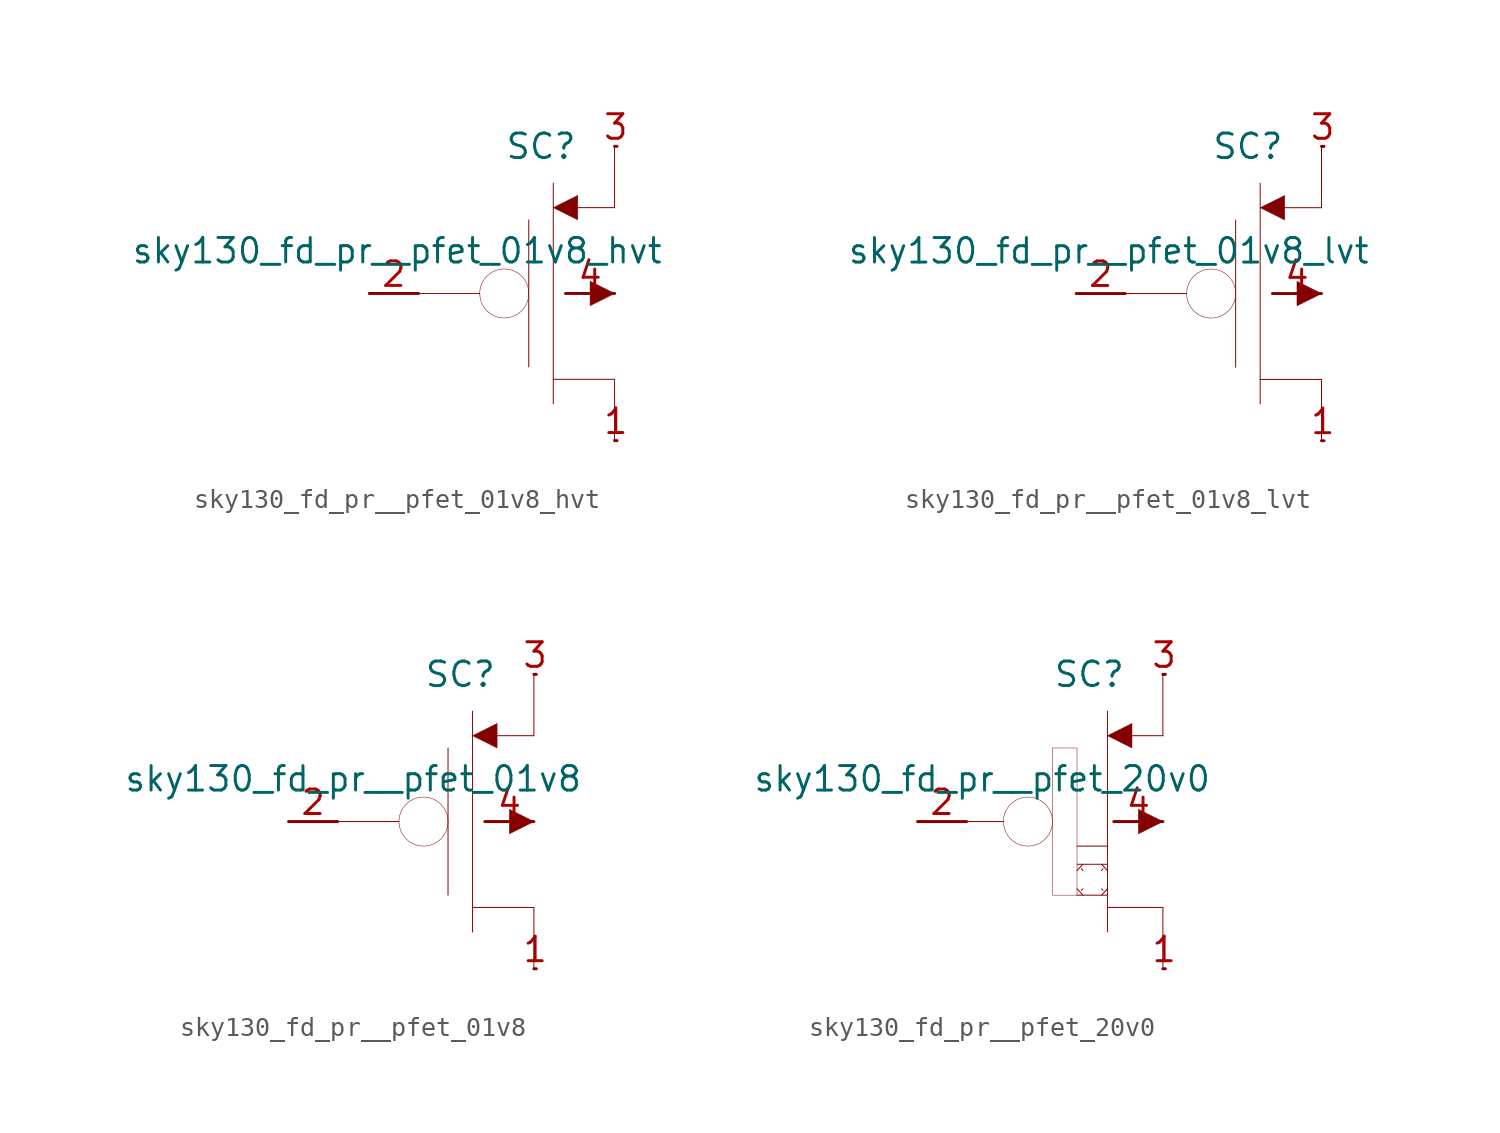
<source format=kicad_sym>
(kicad_symbol_lib
  (version 20211014)
  (generator kicad_symbol_editor)
  (symbol "sky130_fd_pr__pfet_01v8_hvt"
    (pin_names hide)
    (property "Reference" "SC"
      (at 1.27 7.62 0)
      (effects (font (size 1.27 1.27))))
    (property "Value" "sky130_fd_pr__pfet_01v8_hvt"
      (at 7.62 2.21 0)
      (effects (font (size 1.27 1.27)) (justify right)))
    (symbol "sky130_fd_pr__pfet_01v8_hvt_0_0"
      (arc (start -1.905 0) (mid -1.7348 -0.635) (end -1.27 -1.0999) (stroke (width 0.0254) (type default) (color 0 0 0 0)) (fill (type none)))
      (arc (start -1.27 -1.0999) (mid -0.635 -1.27) (end 0 -1.0999) (stroke (width 0.0254) (type default) (color 0 0 0 0)) (fill (type none)))
      (arc (start -1.27 1.0999) (mid -1.7349 0.635) (end -1.905 0) (stroke (width 0.0254) (type default) (color 0 0 0 0)) (fill (type none)))
      (arc (start 0 -1.0999) (mid 0.4649 -0.635) (end 0.635 0) (stroke (width 0.0254) (type default) (color 0 0 0 0)) (fill (type none)))
      (polyline (pts (xy -5.08 0) (xy -1.905 0)) (stroke (width 0.051) (type default) (color 0 0 0 0)) (fill (type none)))
      (polyline (pts (xy 0.635 3.81) (xy 0.635 -3.81)) (stroke (width 0.051) (type default) (color 0 0 0 0)) (fill (type none)))
      (polyline (pts (xy 1.905 -4.445) (xy 5.08 -4.445)) (stroke (width 0.051) (type default) (color 0 0 0 0)) (fill (type none)))
      (polyline (pts (xy 1.905 5.715) (xy 1.905 -5.715)) (stroke (width 0.051) (type default) (color 0 0 0 0)) (fill (type none)))
      (polyline (pts (xy 3.175 4.445) (xy 5.08 4.445)) (stroke (width 0.051) (type default) (color 0 0 0 0)) (fill (type none)))
      (polyline (pts (xy 5.08 -4.445) (xy 5.08 -7.62)) (stroke (width 0.051) (type default) (color 0 0 0 0)) (fill (type none)))
      (polyline (pts (xy 5.08 7.62) (xy 5.08 4.445)) (stroke (width 0.051) (type default) (color 0 0 0 0)) (fill (type none)))
      (polyline (pts (xy 3.175 5.08) (xy 1.905 4.445) (xy 3.175 3.81) (xy 3.175 5.08)) (stroke (width 0.025) (type default) (color 0 0 0 0)) (fill (type outline)))
      (polyline (pts (xy 3.81 0.635) (xy 5.08 0) (xy 3.81 -0.635) (xy 3.81 0.635)) (stroke (width 0.025) (type default) (color 0 0 0 0)) (fill (type outline)))
      (arc (start 0 1.0999) (mid -0.635 1.27) (end -1.27 1.0999) (stroke (width 0.0254) (type default) (color 0 0 0 0)) (fill (type none)))
      (arc (start 0.635 0) (mid 0.4648 0.635) (end 0 1.0999) (stroke (width 0.0254) (type default) (color 0 0 0 0)) (fill (type none))))
    (symbol "sky130_fd_pr__pfet_01v8_hvt_1_1"
      (pin bidirectional line (at 5.08 -7.62 0) (length 0.127) (name "D" (effects (font (size 1.092 1.092)))) (number "1" (effects (font (size 1.27 1.27)))))
      (pin input line (at -7.62 0 0) (length 2.54) (name "G" (effects (font (size 1.092 1.092)))) (number "2" (effects (font (size 1.27 1.27)))))
      (pin bidirectional line (at 5.08 7.62 0) (length 0.127) (name "S" (effects (font (size 1.092 1.092)))) (number "3" (effects (font (size 1.27 1.27)))))
      (pin input line (at 2.54 0 0) (length 2.54) (name "B" (effects (font (size 1.092 1.092)))) (number "4" (effects (font (size 1.27 1.27)))))))
  (symbol "sky130_fd_pr__pfet_01v8_lvt"
    (pin_names hide)
    (property "Reference" "SC"
      (at 1.27 7.62 0)
      (effects (font (size 1.27 1.27))))
    (property "Value" "sky130_fd_pr__pfet_01v8_lvt"
      (at 7.62 2.21 0)
      (effects (font (size 1.27 1.27)) (justify right)))
    (symbol "sky130_fd_pr__pfet_01v8_lvt_0_0"
      (arc (start -1.905 0) (mid -1.7348 -0.635) (end -1.27 -1.0999) (stroke (width 0.0254) (type default) (color 0 0 0 0)) (fill (type none)))
      (arc (start -1.27 -1.0999) (mid -0.635 -1.27) (end 0 -1.0999) (stroke (width 0.0254) (type default) (color 0 0 0 0)) (fill (type none)))
      (arc (start -1.27 1.0999) (mid -1.7349 0.635) (end -1.905 0) (stroke (width 0.0254) (type default) (color 0 0 0 0)) (fill (type none)))
      (arc (start 0 -1.0999) (mid 0.4649 -0.635) (end 0.635 0) (stroke (width 0.0254) (type default) (color 0 0 0 0)) (fill (type none)))
      (polyline (pts (xy -5.08 0) (xy -1.905 0)) (stroke (width 0.051) (type default) (color 0 0 0 0)) (fill (type none)))
      (polyline (pts (xy 0.635 3.81) (xy 0.635 -3.81)) (stroke (width 0.051) (type default) (color 0 0 0 0)) (fill (type none)))
      (polyline (pts (xy 1.905 -4.445) (xy 5.08 -4.445)) (stroke (width 0.051) (type default) (color 0 0 0 0)) (fill (type none)))
      (polyline (pts (xy 1.905 5.715) (xy 1.905 -5.715)) (stroke (width 0.051) (type default) (color 0 0 0 0)) (fill (type none)))
      (polyline (pts (xy 3.175 4.445) (xy 5.08 4.445)) (stroke (width 0.051) (type default) (color 0 0 0 0)) (fill (type none)))
      (polyline (pts (xy 5.08 -4.445) (xy 5.08 -7.62)) (stroke (width 0.051) (type default) (color 0 0 0 0)) (fill (type none)))
      (polyline (pts (xy 5.08 7.62) (xy 5.08 4.445)) (stroke (width 0.051) (type default) (color 0 0 0 0)) (fill (type none)))
      (polyline (pts (xy 3.175 5.08) (xy 1.905 4.445) (xy 3.175 3.81) (xy 3.175 5.08)) (stroke (width 0.025) (type default) (color 0 0 0 0)) (fill (type outline)))
      (polyline (pts (xy 3.81 0.635) (xy 5.08 0) (xy 3.81 -0.635) (xy 3.81 0.635)) (stroke (width 0.025) (type default) (color 0 0 0 0)) (fill (type outline)))
      (arc (start 0 1.0999) (mid -0.635 1.27) (end -1.27 1.0999) (stroke (width 0.0254) (type default) (color 0 0 0 0)) (fill (type none)))
      (arc (start 0.635 0) (mid 0.4648 0.635) (end 0 1.0999) (stroke (width 0.0254) (type default) (color 0 0 0 0)) (fill (type none))))
    (symbol "sky130_fd_pr__pfet_01v8_lvt_1_1"
      (pin bidirectional line (at 5.08 -7.62 0) (length 0.127) (name "D" (effects (font (size 1.092 1.092)))) (number "1" (effects (font (size 1.27 1.27)))))
      (pin input line (at -7.62 0 0) (length 2.54) (name "G" (effects (font (size 1.092 1.092)))) (number "2" (effects (font (size 1.27 1.27)))))
      (pin bidirectional line (at 5.08 7.62 0) (length 0.127) (name "S" (effects (font (size 1.092 1.092)))) (number "3" (effects (font (size 1.27 1.27)))))
      (pin input line (at 2.54 0 0) (length 2.54) (name "B" (effects (font (size 1.092 1.092)))) (number "4" (effects (font (size 1.27 1.27)))))))
  (symbol "sky130_fd_pr__pfet_01v8"
    (pin_names hide)
    (property "Reference" "SC"
      (at 1.27 7.62 0)
      (effects (font (size 1.27 1.27))))
    (property "Value" "sky130_fd_pr__pfet_01v8"
      (at 7.62 2.21 0)
      (effects (font (size 1.27 1.27)) (justify right)))
    (symbol "sky130_fd_pr__pfet_01v8_0_0"
      (arc (start -1.905 0) (mid -1.7348 -0.635) (end -1.27 -1.0999) (stroke (width 0.0254) (type default) (color 0 0 0 0)) (fill (type none)))
      (arc (start -1.27 -1.0999) (mid -0.635 -1.27) (end 0 -1.0999) (stroke (width 0.0254) (type default) (color 0 0 0 0)) (fill (type none)))
      (arc (start -1.27 1.0999) (mid -1.7349 0.635) (end -1.905 0) (stroke (width 0.0254) (type default) (color 0 0 0 0)) (fill (type none)))
      (arc (start 0 -1.0999) (mid 0.4649 -0.635) (end 0.635 0) (stroke (width 0.0254) (type default) (color 0 0 0 0)) (fill (type none)))
      (polyline (pts (xy -5.08 0) (xy -1.905 0)) (stroke (width 0.051) (type default) (color 0 0 0 0)) (fill (type none)))
      (polyline (pts (xy 0.635 3.81) (xy 0.635 -3.81)) (stroke (width 0.051) (type default) (color 0 0 0 0)) (fill (type none)))
      (polyline (pts (xy 1.905 -4.445) (xy 5.08 -4.445)) (stroke (width 0.051) (type default) (color 0 0 0 0)) (fill (type none)))
      (polyline (pts (xy 1.905 5.715) (xy 1.905 -5.715)) (stroke (width 0.051) (type default) (color 0 0 0 0)) (fill (type none)))
      (polyline (pts (xy 3.175 4.445) (xy 5.08 4.445)) (stroke (width 0.051) (type default) (color 0 0 0 0)) (fill (type none)))
      (polyline (pts (xy 5.08 -4.445) (xy 5.08 -7.62)) (stroke (width 0.051) (type default) (color 0 0 0 0)) (fill (type none)))
      (polyline (pts (xy 5.08 7.62) (xy 5.08 4.445)) (stroke (width 0.051) (type default) (color 0 0 0 0)) (fill (type none)))
      (polyline (pts (xy 3.175 5.08) (xy 1.905 4.445) (xy 3.175 3.81) (xy 3.175 5.08)) (stroke (width 0.025) (type default) (color 0 0 0 0)) (fill (type outline)))
      (polyline (pts (xy 3.81 0.635) (xy 5.08 0) (xy 3.81 -0.635) (xy 3.81 0.635)) (stroke (width 0.025) (type default) (color 0 0 0 0)) (fill (type outline)))
      (arc (start 0 1.0999) (mid -0.635 1.27) (end -1.27 1.0999) (stroke (width 0.0254) (type default) (color 0 0 0 0)) (fill (type none)))
      (arc (start 0.635 0) (mid 0.4648 0.635) (end 0 1.0999) (stroke (width 0.0254) (type default) (color 0 0 0 0)) (fill (type none))))
    (symbol "sky130_fd_pr__pfet_01v8_1_1"
      (pin bidirectional line (at 5.08 -7.62 0) (length 0.127) (name "D" (effects (font (size 1.092 1.092)))) (number "1" (effects (font (size 1.27 1.27)))))
      (pin input line (at -7.62 0 0) (length 2.54) (name "G" (effects (font (size 1.092 1.092)))) (number "2" (effects (font (size 1.27 1.27)))))
      (pin bidirectional line (at 5.08 7.62 0) (length 0.127) (name "S" (effects (font (size 1.092 1.092)))) (number "3" (effects (font (size 1.27 1.27)))))
      (pin input line (at 2.54 0 0) (length 2.54) (name "B" (effects (font (size 1.092 1.092)))) (number "4" (effects (font (size 1.27 1.27)))))))
  (symbol "sky130_fd_pr__pfet_20v0"
    (pin_names hide)
    (property "Reference" "SC"
      (at 1.27 7.62 0)
      (effects (font (size 1.27 1.27))))
    (property "Value" "sky130_fd_pr__pfet_20v0"
      (at 7.62 2.21 0)
      (effects (font (size 1.27 1.27)) (justify right)))
    (symbol "sky130_fd_pr__pfet_20v0_0_0"
      (arc (start -3.175 0) (mid -3.0048 -0.635) (end -2.54 -1.0999) (stroke (width 0.0254) (type default) (color 0 0 0 0)) (fill (type none)))
      (arc (start -2.54 -1.0999) (mid -1.905 -1.27) (end -1.27 -1.0999) (stroke (width 0.0254) (type default) (color 0 0 0 0)) (fill (type none)))
      (arc (start -2.54 1.0999) (mid -3.0049 0.635) (end -3.175 0) (stroke (width 0.0254) (type default) (color 0 0 0 0)) (fill (type none)))
      (arc (start -1.27 -1.0999) (mid -0.8051 -0.635) (end -0.635 0) (stroke (width 0.0254) (type default) (color 0 0 0 0)) (fill (type none)))
      (arc (start -1.27 1.0999) (mid -1.905 1.27) (end -2.54 1.0999) (stroke (width 0.0254) (type default) (color 0 0 0 0)) (fill (type none)))
      (arc (start -0.635 0) (mid -0.8052 0.635) (end -1.27 1.0999) (stroke (width 0.0254) (type default) (color 0 0 0 0)) (fill (type none)))
      (polyline (pts (xy -5.08 0) (xy -3.175 0)) (stroke (width 0.051) (type default) (color 0 0 0 0)) (fill (type none)))
      (polyline (pts (xy 0.635 -3.81) (xy 2.21 -3.81)) (stroke (width 0.051) (type default) (color 0 0 0 0)) (fill (type none)))
      (polyline (pts (xy 0.635 -3.48) (xy 0.94 -3.81)) (stroke (width 0.051) (type default) (color 0 0 0 0)) (fill (type none)))
      (polyline (pts (xy 0.635 -2.54) (xy 0.94 -2.21)) (stroke (width 0.051) (type default) (color 0 0 0 0)) (fill (type none)))
      (polyline (pts (xy 0.635 -2.21) (xy 2.21 -2.21)) (stroke (width 0.051) (type default) (color 0 0 0 0)) (fill (type none)))
      (polyline (pts (xy 0.635 -1.27) (xy 2.21 -1.27)) (stroke (width 0.051) (type default) (color 0 0 0 0)) (fill (type none)))
      (polyline (pts (xy 0.864 -3.556) (xy 0.94 -3.48)) (stroke (width 0.051) (type default) (color 0 0 0 0)) (fill (type none)))
      (polyline (pts (xy 0.864 -2.438) (xy 0.94 -2.54)) (stroke (width 0.051) (type default) (color 0 0 0 0)) (fill (type none)))
      (polyline (pts (xy 1.905 -3.81) (xy 2.21 -3.48)) (stroke (width 0.051) (type default) (color 0 0 0 0)) (fill (type none)))
      (polyline (pts (xy 1.905 -3.48) (xy 1.981 -3.556)) (stroke (width 0.051) (type default) (color 0 0 0 0)) (fill (type none)))
      (polyline (pts (xy 1.905 -2.54) (xy 1.981 -2.438)) (stroke (width 0.051) (type default) (color 0 0 0 0)) (fill (type none)))
      (polyline (pts (xy 1.905 -2.21) (xy 2.21 -2.54)) (stroke (width 0.051) (type default) (color 0 0 0 0)) (fill (type none)))
      (polyline (pts (xy 2.21 -4.445) (xy 5.08 -4.445)) (stroke (width 0.051) (type default) (color 0 0 0 0)) (fill (type none)))
      (polyline (pts (xy 2.21 5.715) (xy 2.21 -5.715)) (stroke (width 0.051) (type default) (color 0 0 0 0)) (fill (type none)))
      (polyline (pts (xy 3.48 4.445) (xy 5.08 4.445)) (stroke (width 0.051) (type default) (color 0 0 0 0)) (fill (type none)))
      (polyline (pts (xy 5.08 -4.445) (xy 5.08 -7.62)) (stroke (width 0.051) (type default) (color 0 0 0 0)) (fill (type none)))
      (polyline (pts (xy 5.08 7.62) (xy 5.08 4.445)) (stroke (width 0.051) (type default) (color 0 0 0 0)) (fill (type none)))
      (polyline (pts (xy 3.48 5.08) (xy 2.21 4.445) (xy 3.48 3.81) (xy 3.48 5.08)) (stroke (width 0.025) (type default) (color 0 0 0 0)) (fill (type outline)))
      (polyline (pts (xy 3.81 0.635) (xy 5.08 0) (xy 3.81 -0.635) (xy 3.81 0.635)) (stroke (width 0.025) (type default) (color 0 0 0 0)) (fill (type outline)))
      (polyline (pts (xy -0.635 -3.81) (xy -0.635 3.81) (xy 0.635 3.81) (xy 0.635 -3.81) (xy -0.635 -3.81)) (stroke (width 0.025) (type default) (color 0 0 0 0)) (fill (type none))))
    (symbol "sky130_fd_pr__pfet_20v0_1_1"
      (pin bidirectional line (at 5.08 -7.62 0) (length 0.127) (name "D" (effects (font (size 1.092 1.092)))) (number "1" (effects (font (size 1.27 1.27)))))
      (pin input line (at -7.62 0 0) (length 2.54) (name "G" (effects (font (size 1.092 1.092)))) (number "2" (effects (font (size 1.27 1.27)))))
      (pin bidirectional line (at 5.08 7.62 0) (length 0.127) (name "S" (effects (font (size 1.092 1.092)))) (number "3" (effects (font (size 1.27 1.27)))))
      (pin input line (at 2.54 0 0) (length 2.54) (name "B" (effects (font (size 1.092 1.092)))) (number "4" (effects (font (size 1.27 1.27))))))))
</source>
